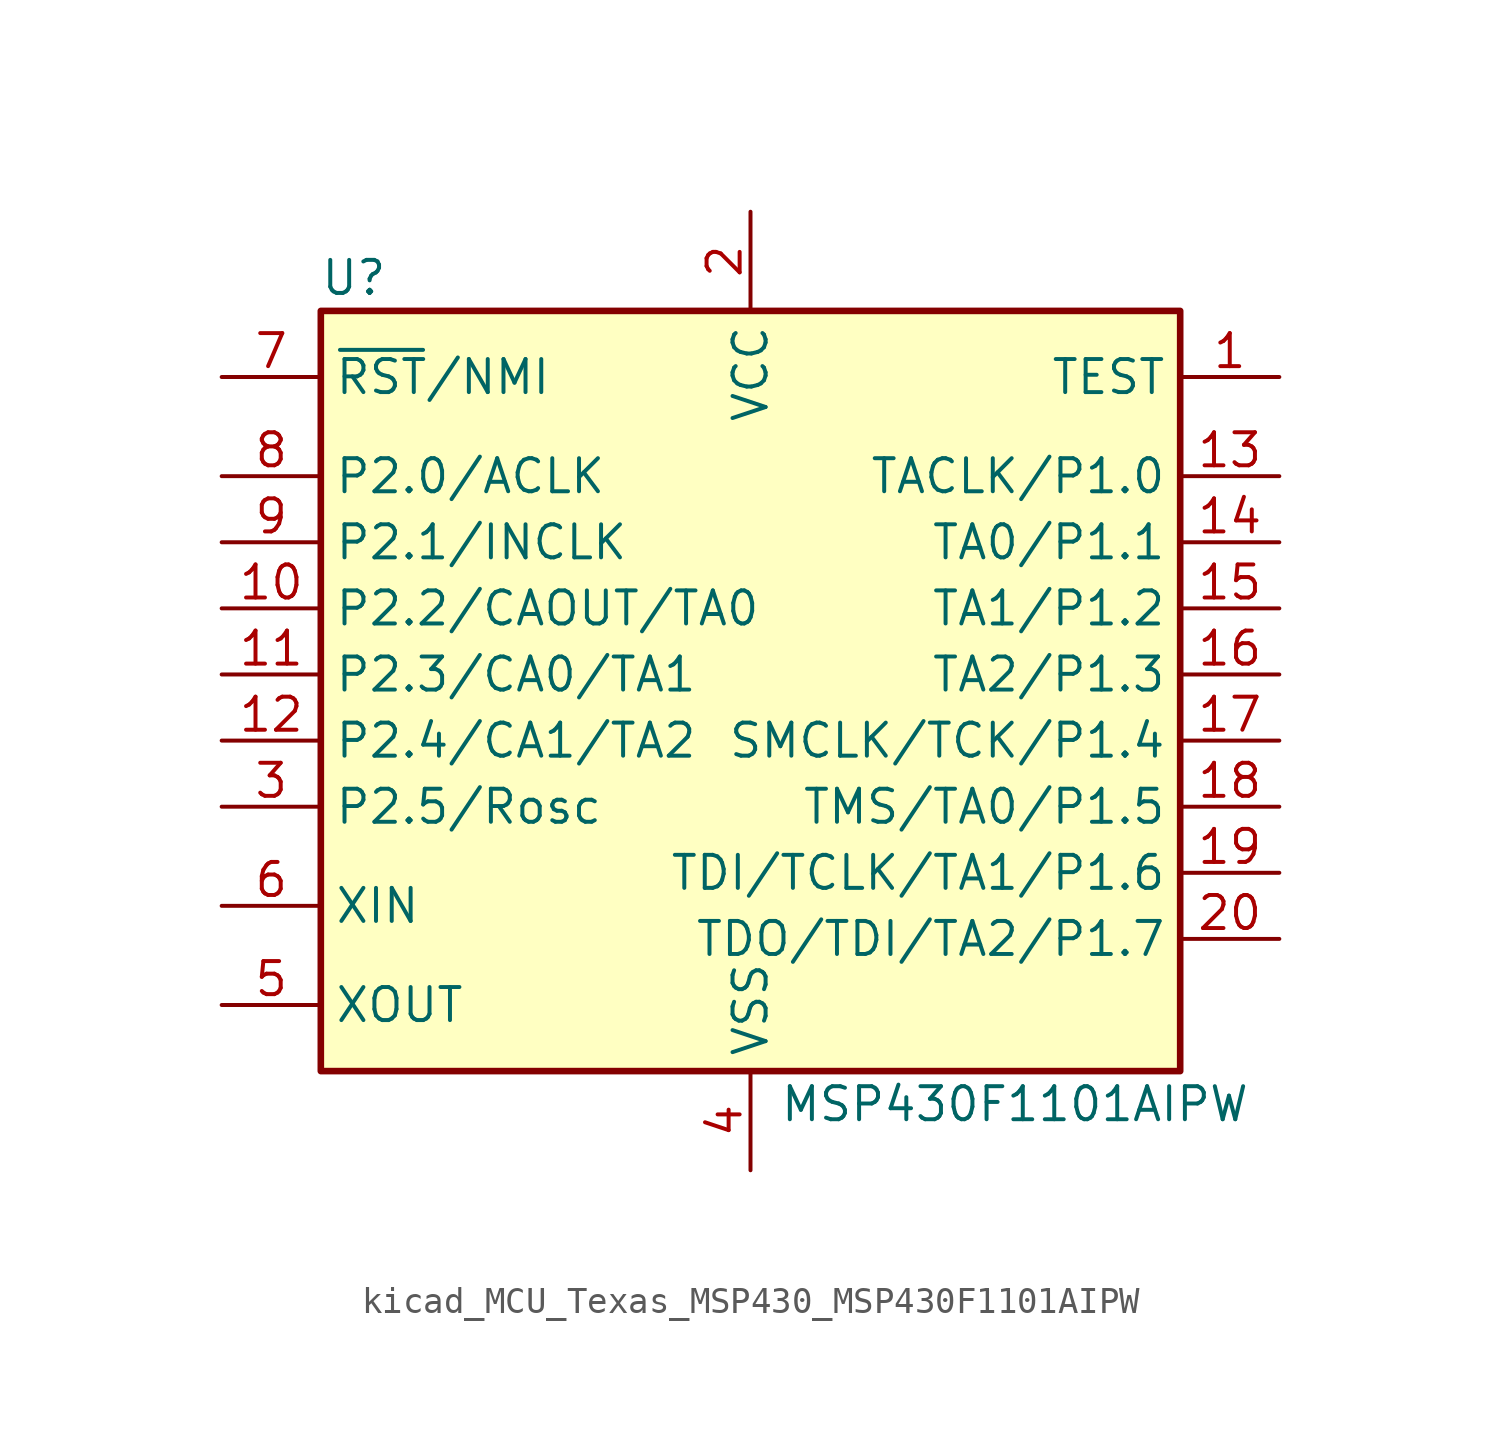
<source format=kicad_sym>
(kicad_symbol_lib
  (version 20220914)
  (generator kicad_symbol_editor)
  (symbol "kicad_MCU_Texas_MSP430_MSP430F1101AIPW"
    (property "Reference" "U"
      (at -15.24 15.24 0)
      (effects (font (size 1.27 1.27))))
    (property "Value" "MSP430F1101AIPW"
      (at 10.16 -16.51 0)
      (effects (font (size 1.27 1.27))))
    (symbol "kicad_MCU_Texas_MSP430_MSP430F1101AIPW_0_1"
      (rectangle (start -16.51 13.97) (end 16.51 -15.24) (stroke (width 0.254) (type default)) (fill (type background))))
    (symbol "kicad_MCU_Texas_MSP430_MSP430F1101AIPW_1_1"
      (pin input line (at 20.32 11.43 180) (length 3.81) (name "TEST" (effects (font (size 1.27 1.27)))) (number "1" (effects (font (size 1.27 1.27)))))
      (pin bidirectional line (at -20.32 2.54 0) (length 3.81) (name "P2.2/CAOUT/TA0" (effects (font (size 1.27 1.27)))) (number "10" (effects (font (size 1.27 1.27)))))
      (pin bidirectional line (at -20.32 0 0) (length 3.81) (name "P2.3/CA0/TA1" (effects (font (size 1.27 1.27)))) (number "11" (effects (font (size 1.27 1.27)))))
      (pin bidirectional line (at -20.32 -2.54 0) (length 3.81) (name "P2.4/CA1/TA2" (effects (font (size 1.27 1.27)))) (number "12" (effects (font (size 1.27 1.27)))))
      (pin bidirectional line (at 20.32 7.62 180) (length 3.81) (name "TACLK/P1.0" (effects (font (size 1.27 1.27)))) (number "13" (effects (font (size 1.27 1.27)))))
      (pin bidirectional line (at 20.32 5.08 180) (length 3.81) (name "TA0/P1.1" (effects (font (size 1.27 1.27)))) (number "14" (effects (font (size 1.27 1.27)))))
      (pin bidirectional line (at 20.32 2.54 180) (length 3.81) (name "TA1/P1.2" (effects (font (size 1.27 1.27)))) (number "15" (effects (font (size 1.27 1.27)))))
      (pin bidirectional line (at 20.32 0 180) (length 3.81) (name "TA2/P1.3" (effects (font (size 1.27 1.27)))) (number "16" (effects (font (size 1.27 1.27)))))
      (pin bidirectional line (at 20.32 -2.54 180) (length 3.81) (name "SMCLK/TCK/P1.4" (effects (font (size 1.27 1.27)))) (number "17" (effects (font (size 1.27 1.27)))))
      (pin bidirectional line (at 20.32 -5.08 180) (length 3.81) (name "TMS/TA0/P1.5" (effects (font (size 1.27 1.27)))) (number "18" (effects (font (size 1.27 1.27)))))
      (pin bidirectional line (at 20.32 -7.62 180) (length 3.81) (name "TDI/TCLK/TA1/P1.6" (effects (font (size 1.27 1.27)))) (number "19" (effects (font (size 1.27 1.27)))))
      (pin power_in line (at 0 17.78 270) (length 3.81) (name "VCC" (effects (font (size 1.27 1.27)))) (number "2" (effects (font (size 1.27 1.27)))))
      (pin bidirectional line (at 20.32 -10.16 180) (length 3.81) (name "TDO/TDI/TA2/P1.7" (effects (font (size 1.27 1.27)))) (number "20" (effects (font (size 1.27 1.27)))))
      (pin bidirectional line (at -20.32 -5.08 0) (length 3.81) (name "P2.5/Rosc" (effects (font (size 1.27 1.27)))) (number "3" (effects (font (size 1.27 1.27)))))
      (pin power_in line (at 0 -19.05 90) (length 3.81) (name "VSS" (effects (font (size 1.27 1.27)))) (number "4" (effects (font (size 1.27 1.27)))))
      (pin output line (at -20.32 -12.7 0) (length 3.81) (name "XOUT" (effects (font (size 1.27 1.27)))) (number "5" (effects (font (size 1.27 1.27)))))
      (pin input line (at -20.32 -8.89 0) (length 3.81) (name "XIN" (effects (font (size 1.27 1.27)))) (number "6" (effects (font (size 1.27 1.27)))))
      (pin input line (at -20.32 11.43 0) (length 3.81) (name "~{RST}/NMI" (effects (font (size 1.27 1.27)))) (number "7" (effects (font (size 1.27 1.27)))))
      (pin bidirectional line (at -20.32 7.62 0) (length 3.81) (name "P2.0/ACLK" (effects (font (size 1.27 1.27)))) (number "8" (effects (font (size 1.27 1.27)))))
      (pin bidirectional line (at -20.32 5.08 0) (length 3.81) (name "P2.1/INCLK" (effects (font (size 1.27 1.27)))) (number "9" (effects (font (size 1.27 1.27))))))))
</source>
